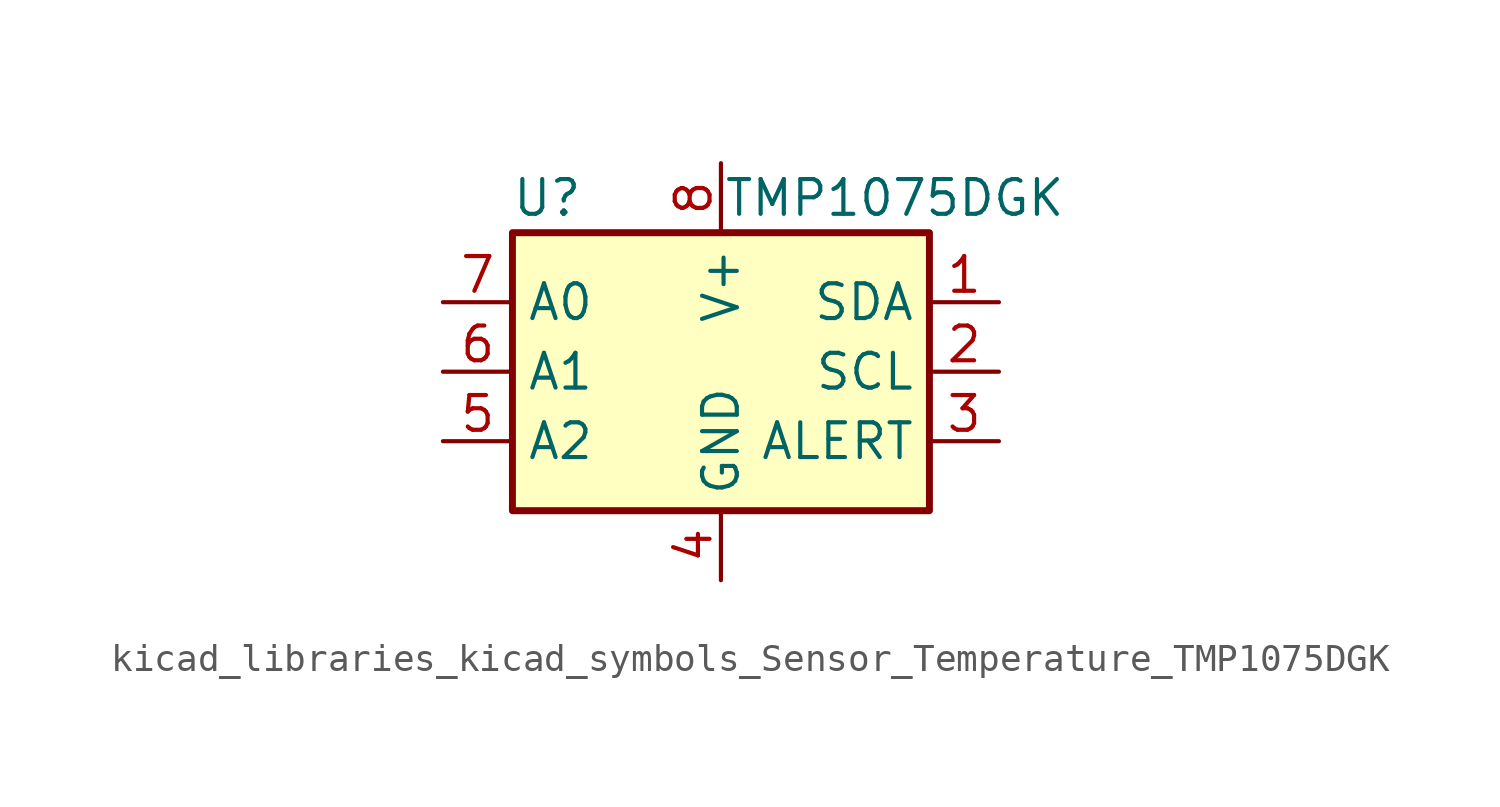
<source format=kicad_sym>
(kicad_symbol_lib
  (version 20220914)
  (generator kicad_symbol_editor)
  (symbol "kicad_libraries_kicad_symbols_Sensor_Temperature_TMP1075DGK"
    (property "Reference" "U"
      (at -6.35 6.35 0)
      (effects (font (size 1.27 1.27))))
    (property "Value" "TMP1075DGK"
      (at 6.35 6.35 0)
      (effects (font (size 1.27 1.27))))
    (symbol "kicad_libraries_kicad_symbols_Sensor_Temperature_TMP1075DGK_0_1"
      (rectangle (start -7.62 5.08) (end 7.62 -5.08) (stroke (width 0.254) (type default)) (fill (type background))))
    (symbol "kicad_libraries_kicad_symbols_Sensor_Temperature_TMP1075DGK_1_1"
      (pin bidirectional line (at 10.16 2.54 180) (length 2.54) (name "SDA" (effects (font (size 1.27 1.27)))) (number "1" (effects (font (size 1.27 1.27)))))
      (pin input line (at 10.16 0 180) (length 2.54) (name "SCL" (effects (font (size 1.27 1.27)))) (number "2" (effects (font (size 1.27 1.27)))))
      (pin open_collector line (at 10.16 -2.54 180) (length 2.54) (name "ALERT" (effects (font (size 1.27 1.27)))) (number "3" (effects (font (size 1.27 1.27)))))
      (pin power_in line (at 0 -7.62 90) (length 2.54) (name "GND" (effects (font (size 1.27 1.27)))) (number "4" (effects (font (size 1.27 1.27)))))
      (pin input line (at -10.16 -2.54 0) (length 2.54) (name "A2" (effects (font (size 1.27 1.27)))) (number "5" (effects (font (size 1.27 1.27)))))
      (pin input line (at -10.16 0 0) (length 2.54) (name "A1" (effects (font (size 1.27 1.27)))) (number "6" (effects (font (size 1.27 1.27)))))
      (pin input line (at -10.16 2.54 0) (length 2.54) (name "A0" (effects (font (size 1.27 1.27)))) (number "7" (effects (font (size 1.27 1.27)))))
      (pin power_in line (at 0 7.62 270) (length 2.54) (name "V+" (effects (font (size 1.27 1.27)))) (number "8" (effects (font (size 1.27 1.27))))))))
</source>
